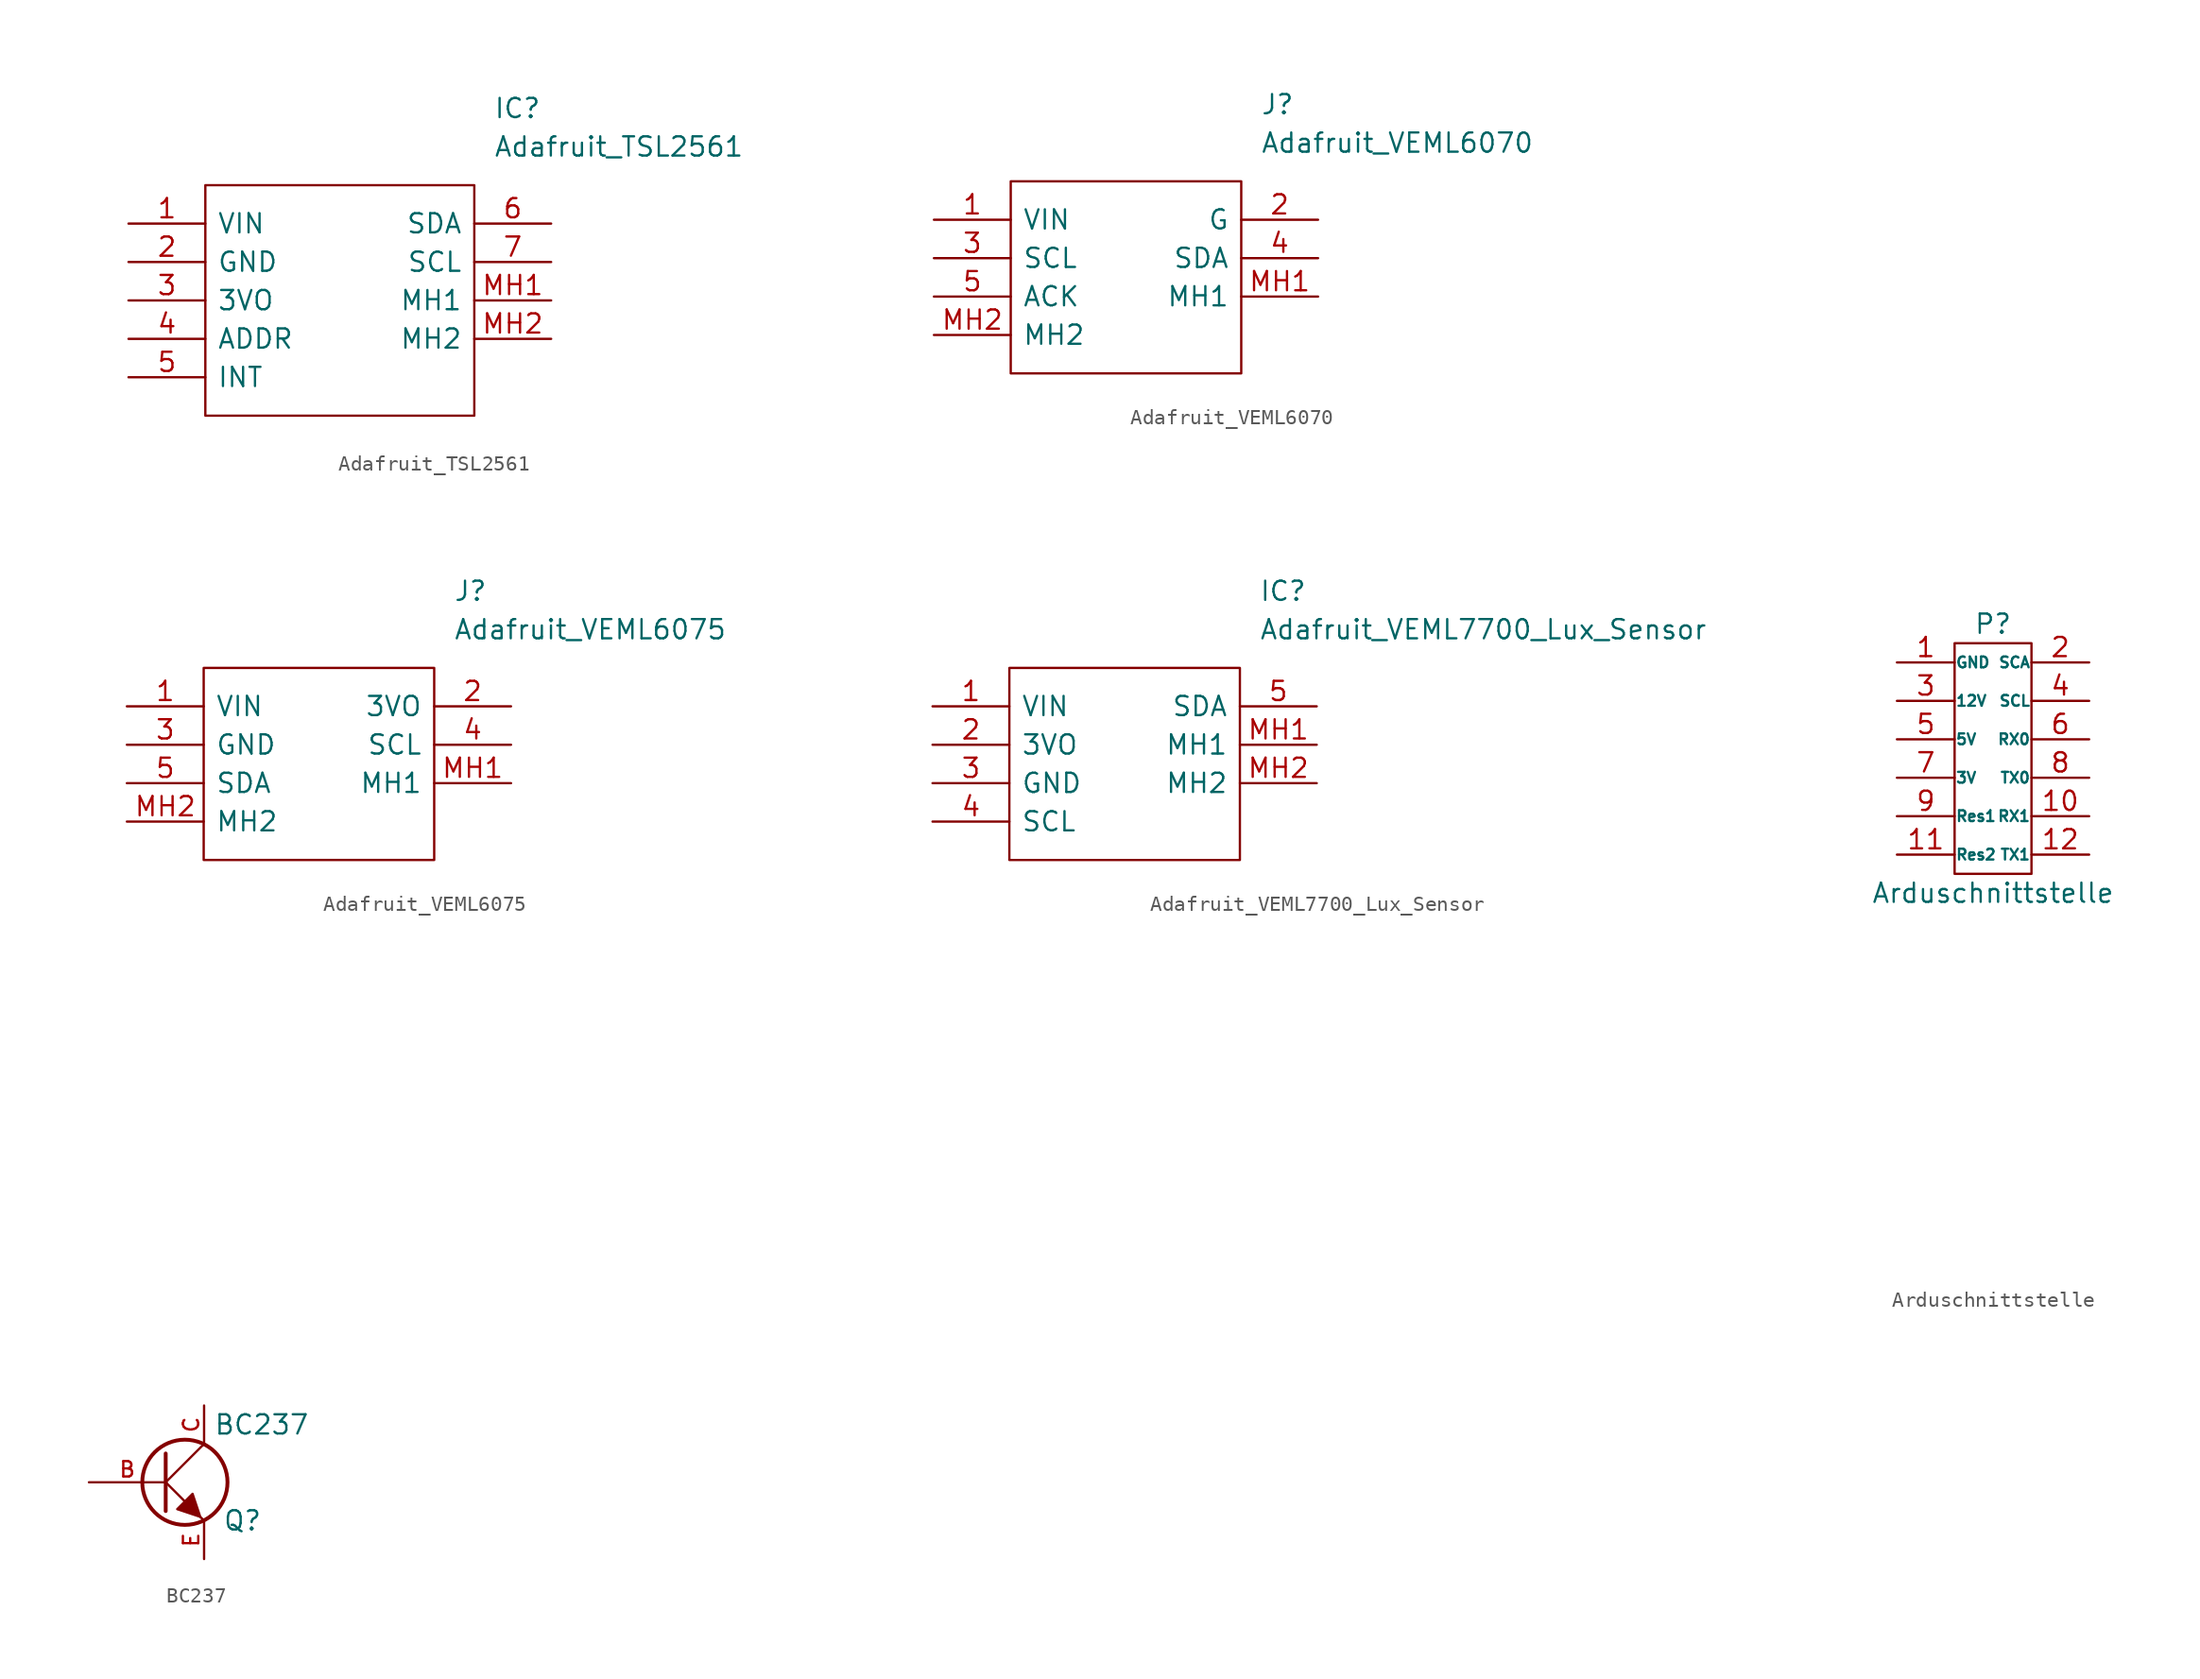
<source format=kicad_sym>
(kicad_symbol_lib
  (version 20201005)
  (generator kicad_symbol_editor)
  (symbol "Zimprich:Adafruit_TSL2561"
    (pin_names
      (offset 0.762))
    (property "Reference" "IC"
      (at 24.13 7.62 0)
      (effects (font (size 1.27 1.27)) (justify left)))
    (property "Value" "Adafruit_TSL2561"
      (at 24.13 5.08 0)
      (effects (font (size 1.27 1.27)) (justify left)))
    (symbol "Adafruit_TSL2561_0_0"
      (pin unspecified line (at 0 0 0) (length 5.08) (name "VIN" (effects (font (size 1.27 1.27)))) (number "1" (effects (font (size 1.27 1.27)))))
      (pin unspecified line (at 0 -2.54 0) (length 5.08) (name "GND" (effects (font (size 1.27 1.27)))) (number "2" (effects (font (size 1.27 1.27)))))
      (pin unspecified line (at 0 -5.08 0) (length 5.08) (name "3VO" (effects (font (size 1.27 1.27)))) (number "3" (effects (font (size 1.27 1.27)))))
      (pin unspecified line (at 0 -7.62 0) (length 5.08) (name "ADDR" (effects (font (size 1.27 1.27)))) (number "4" (effects (font (size 1.27 1.27)))))
      (pin unspecified line (at 0 -10.16 0) (length 5.08) (name "INT" (effects (font (size 1.27 1.27)))) (number "5" (effects (font (size 1.27 1.27)))))
      (pin unspecified line (at 27.94 0 180) (length 5.08) (name "SDA" (effects (font (size 1.27 1.27)))) (number "6" (effects (font (size 1.27 1.27)))))
      (pin unspecified line (at 27.94 -2.54 180) (length 5.08) (name "SCL" (effects (font (size 1.27 1.27)))) (number "7" (effects (font (size 1.27 1.27)))))
      (pin unspecified line (at 27.94 -5.08 180) (length 5.08) (name "MH1" (effects (font (size 1.27 1.27)))) (number "MH1" (effects (font (size 1.27 1.27)))))
      (pin unspecified line (at 27.94 -7.62 180) (length 5.08) (name "MH2" (effects (font (size 1.27 1.27)))) (number "MH2" (effects (font (size 1.27 1.27))))))
    (symbol "Adafruit_TSL2561_0_1"
      (polyline (pts (xy 5.08 2.54) (xy 22.86 2.54) (xy 22.86 -12.7) (xy 5.08 -12.7) (xy 5.08 2.54)) (stroke (width 0.152)) (fill (type none)))))
  (symbol "Zimprich:Adafruit_VEML6070"
    (pin_names
      (offset 0.762))
    (property "Reference" "J"
      (at 21.59 7.62 0)
      (effects (font (size 1.27 1.27)) (justify left)))
    (property "Value" "Adafruit_VEML6070"
      (at 21.59 5.08 0)
      (effects (font (size 1.27 1.27)) (justify left)))
    (symbol "Adafruit_VEML6070_0_0"
      (pin bidirectional line (at 0 0 0) (length 5.08) (name "VIN" (effects (font (size 1.27 1.27)))) (number "1" (effects (font (size 1.27 1.27)))))
      (pin bidirectional line (at 25.4 0 180) (length 5.08) (name "G" (effects (font (size 1.27 1.27)))) (number "2" (effects (font (size 1.27 1.27)))))
      (pin bidirectional line (at 0 -2.54 0) (length 5.08) (name "SCL" (effects (font (size 1.27 1.27)))) (number "3" (effects (font (size 1.27 1.27)))))
      (pin bidirectional line (at 25.4 -2.54 180) (length 5.08) (name "SDA" (effects (font (size 1.27 1.27)))) (number "4" (effects (font (size 1.27 1.27)))))
      (pin bidirectional line (at 0 -5.08 0) (length 5.08) (name "ACK" (effects (font (size 1.27 1.27)))) (number "5" (effects (font (size 1.27 1.27)))))
      (pin bidirectional line (at 25.4 -5.08 180) (length 5.08) (name "MH1" (effects (font (size 1.27 1.27)))) (number "MH1" (effects (font (size 1.27 1.27)))))
      (pin bidirectional line (at 0 -7.62 0) (length 5.08) (name "MH2" (effects (font (size 1.27 1.27)))) (number "MH2" (effects (font (size 1.27 1.27))))))
    (symbol "Adafruit_VEML6070_0_1"
      (polyline (pts (xy 5.08 2.54) (xy 20.32 2.54) (xy 20.32 -10.16) (xy 5.08 -10.16) (xy 5.08 2.54)) (stroke (width 0.152)) (fill (type none)))))
  (symbol "Zimprich:Adafruit_VEML6075"
    (pin_names
      (offset 0.762))
    (property "Reference" "J"
      (at 21.59 7.62 0)
      (effects (font (size 1.27 1.27)) (justify left)))
    (property "Value" "Adafruit_VEML6075"
      (at 21.59 5.08 0)
      (effects (font (size 1.27 1.27)) (justify left)))
    (symbol "Adafruit_VEML6075_0_0"
      (pin bidirectional line (at 0 0 0) (length 5.08) (name "VIN" (effects (font (size 1.27 1.27)))) (number "1" (effects (font (size 1.27 1.27)))))
      (pin bidirectional line (at 25.4 0 180) (length 5.08) (name "3VO" (effects (font (size 1.27 1.27)))) (number "2" (effects (font (size 1.27 1.27)))))
      (pin bidirectional line (at 0 -2.54 0) (length 5.08) (name "GND" (effects (font (size 1.27 1.27)))) (number "3" (effects (font (size 1.27 1.27)))))
      (pin bidirectional line (at 25.4 -2.54 180) (length 5.08) (name "SCL" (effects (font (size 1.27 1.27)))) (number "4" (effects (font (size 1.27 1.27)))))
      (pin bidirectional line (at 0 -5.08 0) (length 5.08) (name "SDA" (effects (font (size 1.27 1.27)))) (number "5" (effects (font (size 1.27 1.27)))))
      (pin bidirectional line (at 25.4 -5.08 180) (length 5.08) (name "MH1" (effects (font (size 1.27 1.27)))) (number "MH1" (effects (font (size 1.27 1.27)))))
      (pin bidirectional line (at 0 -7.62 0) (length 5.08) (name "MH2" (effects (font (size 1.27 1.27)))) (number "MH2" (effects (font (size 1.27 1.27))))))
    (symbol "Adafruit_VEML6075_0_1"
      (polyline (pts (xy 5.08 2.54) (xy 20.32 2.54) (xy 20.32 -10.16) (xy 5.08 -10.16) (xy 5.08 2.54)) (stroke (width 0.152)) (fill (type none)))))
  (symbol "Zimprich:Adafruit_VEML7700_Lux_Sensor"
    (pin_names
      (offset 0.762))
    (property "Reference" "IC"
      (at 21.59 7.62 0)
      (effects (font (size 1.27 1.27)) (justify left)))
    (property "Value" "Adafruit_VEML7700_Lux_Sensor"
      (at 21.59 5.08 0)
      (effects (font (size 1.27 1.27)) (justify left)))
    (symbol "Adafruit_VEML7700_Lux_Sensor_0_0"
      (pin bidirectional line (at 0 0 0) (length 5.08) (name "VIN" (effects (font (size 1.27 1.27)))) (number "1" (effects (font (size 1.27 1.27)))))
      (pin bidirectional line (at 0 -2.54 0) (length 5.08) (name "3VO" (effects (font (size 1.27 1.27)))) (number "2" (effects (font (size 1.27 1.27)))))
      (pin bidirectional line (at 0 -5.08 0) (length 5.08) (name "GND" (effects (font (size 1.27 1.27)))) (number "3" (effects (font (size 1.27 1.27)))))
      (pin bidirectional line (at 0 -7.62 0) (length 5.08) (name "SCL" (effects (font (size 1.27 1.27)))) (number "4" (effects (font (size 1.27 1.27)))))
      (pin bidirectional line (at 25.4 0 180) (length 5.08) (name "SDA" (effects (font (size 1.27 1.27)))) (number "5" (effects (font (size 1.27 1.27)))))
      (pin bidirectional line (at 25.4 -2.54 180) (length 5.08) (name "MH1" (effects (font (size 1.27 1.27)))) (number "MH1" (effects (font (size 1.27 1.27)))))
      (pin bidirectional line (at 25.4 -5.08 180) (length 5.08) (name "MH2" (effects (font (size 1.27 1.27)))) (number "MH2" (effects (font (size 1.27 1.27))))))
    (symbol "Adafruit_VEML7700_Lux_Sensor_0_1"
      (polyline (pts (xy 5.08 2.54) (xy 20.32 2.54) (xy 20.32 -10.16) (xy 5.08 -10.16) (xy 5.08 2.54)) (stroke (width 0.152)) (fill (type none)))))
  (symbol "Zimprich:Arduschnittstelle"
    (pin_names
      (offset 0.025))
    (property "Reference" "P"
      (at 0 8.89 0)
      (effects (font (size 1.27 1.27))))
    (property "Value" "Arduschnittstelle"
      (at 0 -8.89 0)
      (effects (font (size 1.27 1.27))))
    (property "Footprint" ""
      (at 0 -30.48 0)
      (effects (font (size 1.27 1.27))))
    (property "Datasheet" ""
      (at 0 -30.48 0)
      (effects (font (size 1.27 1.27))))
    (symbol "Arduschnittstelle_0_1"
      (rectangle (start -2.54 7.62) (end 2.54 -7.62) (stroke (width 0)) (fill (type none))))
    (symbol "Arduschnittstelle_1_1"
      (pin passive line (at -6.35 6.35 0) (length 3.81) (name "GND" (effects (font (size 0.711 0.711)))) (number "1" (effects (font (size 1.27 1.27)))))
      (pin passive line (at 6.35 -3.81 180) (length 3.81) (name "RX1" (effects (font (size 0.711 0.711)))) (number "10" (effects (font (size 1.27 1.27)))))
      (pin passive line (at -6.35 -6.35 0) (length 3.81) (name "Res2" (effects (font (size 0.711 0.711)))) (number "11" (effects (font (size 1.27 1.27)))))
      (pin passive line (at 6.35 -6.35 180) (length 3.81) (name "TX1" (effects (font (size 0.711 0.711)))) (number "12" (effects (font (size 1.27 1.27)))))
      (pin passive line (at 6.35 6.35 180) (length 3.81) (name "SCA" (effects (font (size 0.711 0.711)))) (number "2" (effects (font (size 1.27 1.27)))))
      (pin passive line (at -6.35 3.81 0) (length 3.81) (name "12V" (effects (font (size 0.711 0.711)))) (number "3" (effects (font (size 1.27 1.27)))))
      (pin passive line (at 6.35 3.81 180) (length 3.81) (name "SCL" (effects (font (size 0.711 0.711)))) (number "4" (effects (font (size 1.27 1.27)))))
      (pin passive line (at -6.35 1.27 0) (length 3.81) (name "5V" (effects (font (size 0.711 0.711)))) (number "5" (effects (font (size 1.27 1.27)))))
      (pin passive line (at 6.35 1.27 180) (length 3.81) (name "RX0" (effects (font (size 0.711 0.711)))) (number "6" (effects (font (size 1.27 1.27)))))
      (pin passive line (at -6.35 -1.27 0) (length 3.81) (name "3V" (effects (font (size 0.711 0.711)))) (number "7" (effects (font (size 1.27 1.27)))))
      (pin passive line (at 6.35 -1.27 180) (length 3.81) (name "TX0" (effects (font (size 0.711 0.711)))) (number "8" (effects (font (size 1.27 1.27)))))
      (pin passive line (at -6.35 -3.81 0) (length 3.81) (name "Res1" (effects (font (size 0.711 0.711)))) (number "9" (effects (font (size 1.27 1.27)))))))
  (symbol "Zimprich:BC237"
    (pin_names hide)
    (property "Reference" "Q"
      (at 5.08 -2.54 0)
      (effects (font (size 1.27 1.27))))
    (property "Value" "BC237"
      (at 6.35 3.81 0)
      (effects (font (size 1.27 1.27))))
    (property "Datasheet" ""
      (at 0 0 0)
      (effects (font (size 1.524 1.524))))
    (symbol "BC237_0_1"
      (circle (center 1.27 0) (radius 2.819) (stroke (width 0.254)) (fill (type none)))
      (polyline (pts (xy 0 0) (xy 2.54 2.54)) (stroke (width 0)) (fill (type none)))
      (polyline (pts (xy 0 1.905) (xy 0 -1.905) (xy 0 -1.905)) (stroke (width 0.254)) (fill (type none)))
      (polyline (pts (xy 1.27 -1.27) (xy 0 0) (xy 0 0)) (stroke (width 0)) (fill (type none)))
      (polyline (pts (xy 2.286 -2.286) (xy 2.54 -2.54) (xy 2.54 -2.54)) (stroke (width 0)) (fill (type none)))
      (polyline (pts (xy 2.286 -2.286) (xy 1.778 -0.762) (xy 0.762 -1.778) (xy 2.286 -2.286) (xy 2.286 -2.286)) (stroke (width 0)) (fill (type outline))))
    (symbol "BC237_1_1"
      (pin input line (at -5.08 0 0) (length 5.08) (name "B" (effects (font (size 1.016 1.016)))) (number "B" (effects (font (size 1.016 1.016)))))
      (pin passive line (at 2.54 5.08 270) (length 2.54) (name "C" (effects (font (size 1.016 1.016)))) (number "C" (effects (font (size 1.016 1.016)))))
      (pin passive line (at 2.54 -5.08 90) (length 2.54) (name "E" (effects (font (size 1.016 1.016)))) (number "E" (effects (font (size 1.016 1.016))))))))
</source>
